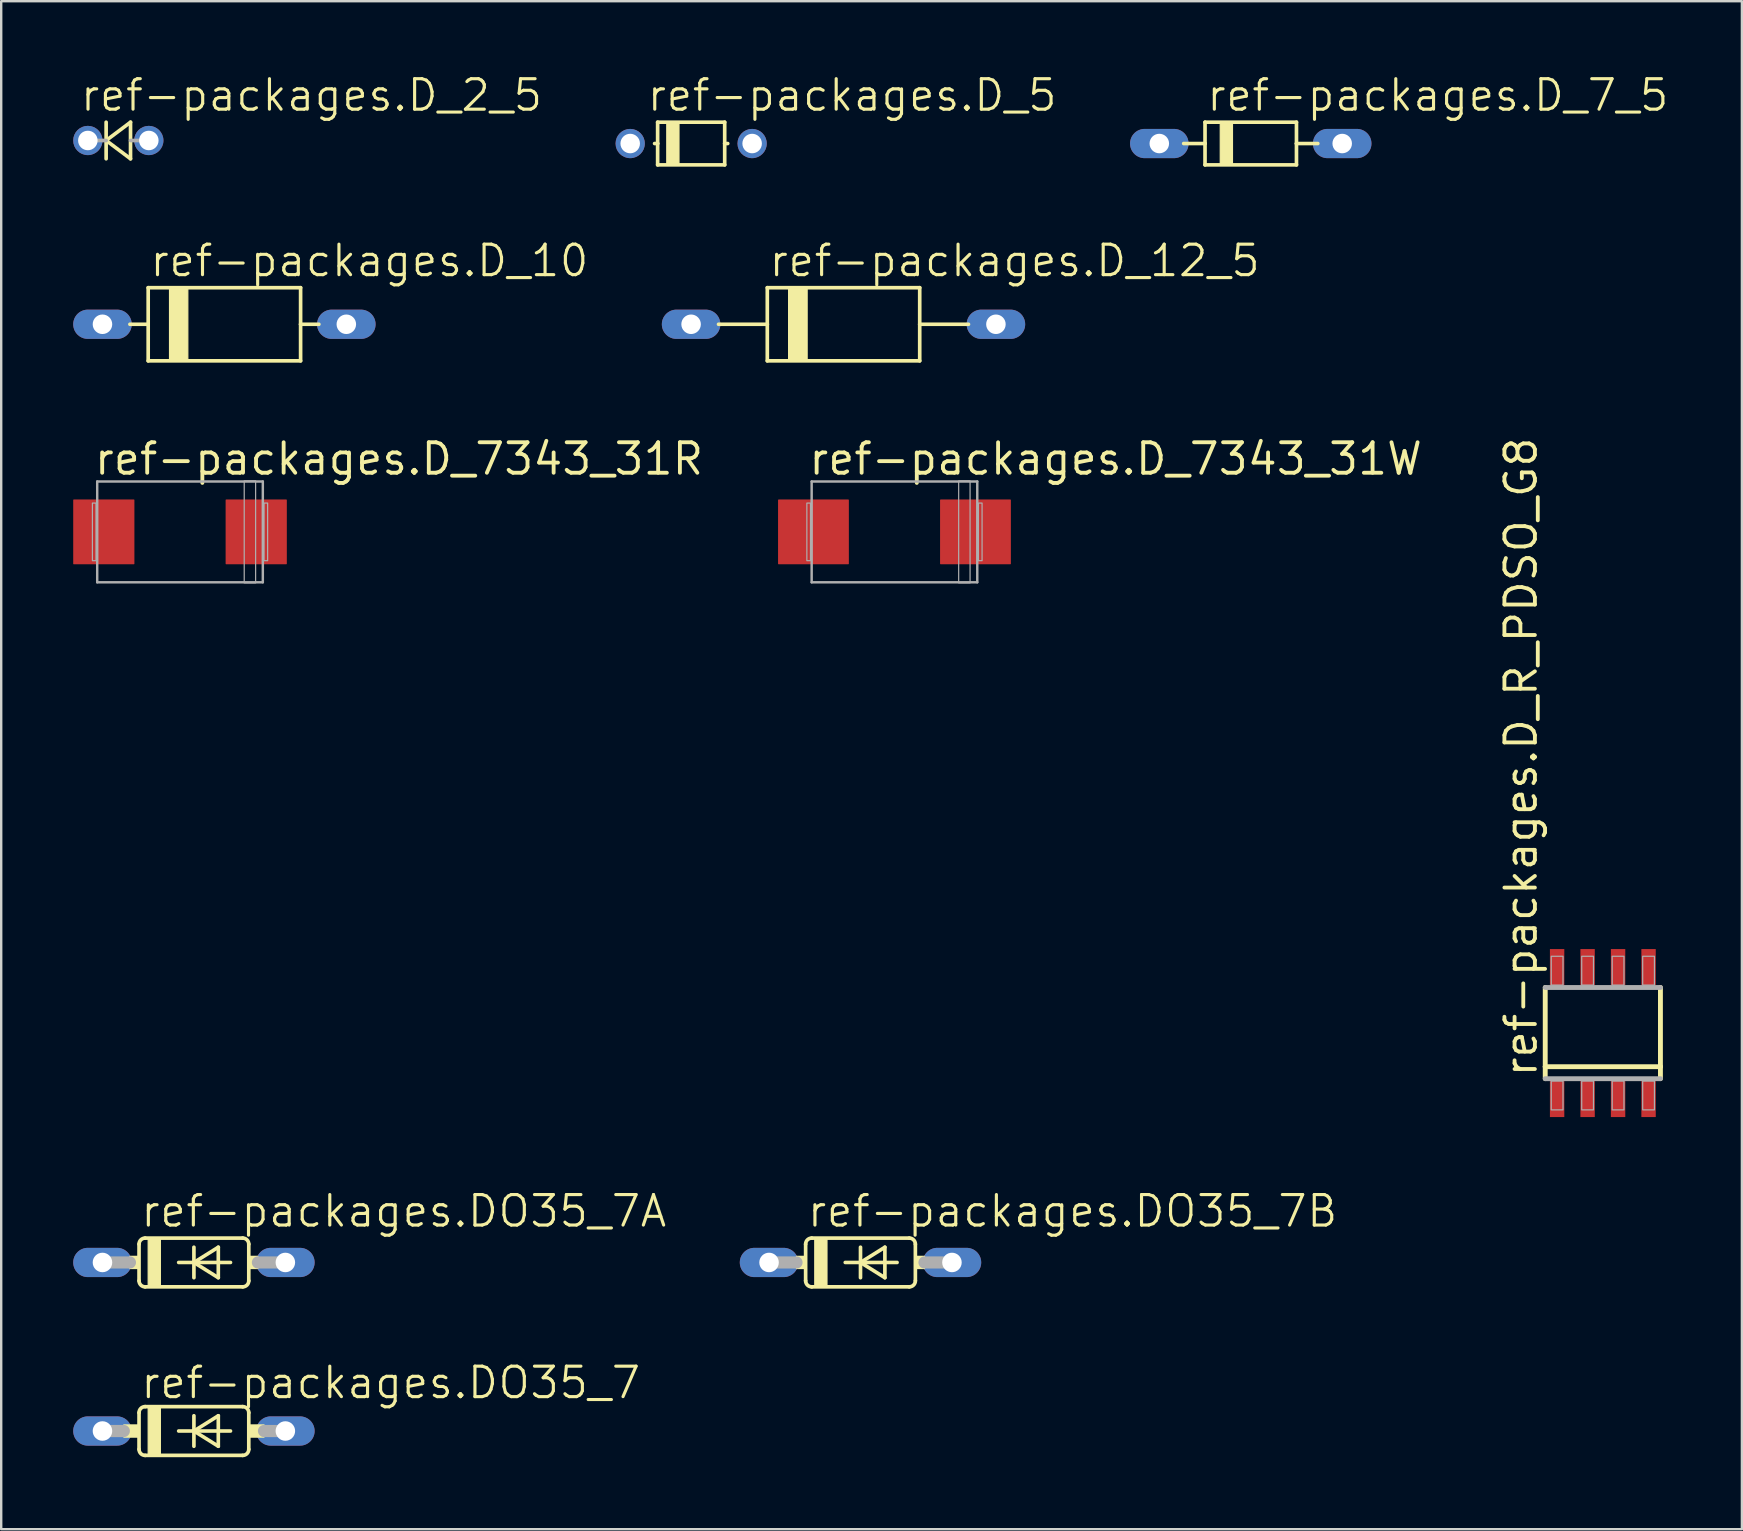
<source format=kicad_pcb>
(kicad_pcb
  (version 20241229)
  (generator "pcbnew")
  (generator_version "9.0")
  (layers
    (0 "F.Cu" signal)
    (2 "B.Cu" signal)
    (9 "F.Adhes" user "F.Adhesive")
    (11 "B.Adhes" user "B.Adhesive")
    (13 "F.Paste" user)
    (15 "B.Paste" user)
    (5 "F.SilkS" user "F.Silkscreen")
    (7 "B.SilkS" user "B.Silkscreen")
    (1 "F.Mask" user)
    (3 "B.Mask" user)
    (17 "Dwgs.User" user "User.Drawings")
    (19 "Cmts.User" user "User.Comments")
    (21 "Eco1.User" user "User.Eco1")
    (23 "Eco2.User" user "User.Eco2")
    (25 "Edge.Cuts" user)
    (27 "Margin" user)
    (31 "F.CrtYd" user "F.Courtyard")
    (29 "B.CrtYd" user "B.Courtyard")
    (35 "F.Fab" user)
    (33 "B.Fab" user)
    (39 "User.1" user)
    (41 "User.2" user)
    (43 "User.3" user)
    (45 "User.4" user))
  (footprint "ref-packages.D_7343_31R"
    (layer "F.Cu")
    (at 4.45 19.11)
    (property "Reference" "ref-packages.D_7343_31R" (at -3.65 -2.3 0) (layer "F.SilkS") (effects (font (size 1.27 1.27) (thickness 0.16)) (justify left bottom)))
    (attr smd)
    (fp_line (start -3.45 -2.1) (end 3.45 -2.1) (stroke (width 0.102) (type default)) (layer "F.Fab"))
    (fp_line (start -3.45 2.1) (end -3.45 -2.1) (stroke (width 0.102) (type default)) (layer "F.Fab"))
    (fp_line (start 3.45 -2.1) (end 3.45 2.1) (stroke (width 0.102) (type default)) (layer "F.Fab"))
    (fp_line (start 3.45 2.1) (end -3.45 2.1) (stroke (width 0.102) (type default)) (layer "F.Fab"))
    (fp_rect (start -3.65 1.2) (end -3.5 -1.2) (stroke (width 0.05) (type default)) (fill no) (layer "F.Fab"))
    (fp_rect (start 2.675 2.125) (end 3.15 -2.125) (stroke (width 0.05) (type default)) (fill no) (layer "F.Fab"))
    (fp_rect (start 3.5 1.2) (end 3.65 -1.2) (stroke (width 0.05) (type default)) (fill no) (layer "F.Fab"))
    (pad "+" smd roundrect (at 3.175 0) (size 2.55 2.7) (layers "F.Cu" "F.Mask" "F.Paste") (roundrect_rratio 0.01))
    (pad "-" smd roundrect (at -3.175 0) (size 2.55 2.7) (layers "F.Cu" "F.Mask" "F.Paste") (roundrect_rratio 0.01)))
  (footprint "ref-packages.D_7343_31W"
    (layer "F.Cu")
    (at 34.216 19.11)
    (property "Reference" "ref-packages.D_7343_31W" (at -3.65 -2.3 0) (layer "F.SilkS") (effects (font (size 1.27 1.27) (thickness 0.16)) (justify left bottom)))
    (attr smd)
    (fp_line (start -3.45 -2.1) (end 3.45 -2.1) (stroke (width 0.102) (type default)) (layer "F.Fab"))
    (fp_line (start -3.45 2.1) (end -3.45 -2.1) (stroke (width 0.102) (type default)) (layer "F.Fab"))
    (fp_line (start 3.45 -2.1) (end 3.45 2.1) (stroke (width 0.102) (type default)) (layer "F.Fab"))
    (fp_line (start 3.45 2.1) (end -3.45 2.1) (stroke (width 0.102) (type default)) (layer "F.Fab"))
    (fp_rect (start -3.65 1.2) (end -3.5 -1.2) (stroke (width 0.05) (type default)) (fill no) (layer "F.Fab"))
    (fp_rect (start 2.675 2.125) (end 3.15 -2.125) (stroke (width 0.05) (type default)) (fill no) (layer "F.Fab"))
    (fp_rect (start 3.5 1.2) (end 3.65 -1.2) (stroke (width 0.05) (type default)) (fill no) (layer "F.Fab"))
    (pad "+" smd roundrect (at 3.375 0) (size 2.95 2.7) (layers "F.Cu" "F.Mask" "F.Paste") (roundrect_rratio 0.01))
    (pad "-" smd roundrect (at -3.375 0) (size 2.95 2.7) (layers "F.Cu" "F.Mask" "F.Paste") (roundrect_rratio 0.01)))
  (footprint "ref-packages.DO35_7"
    (layer "F.Cu")
    (at 5.029 56.57)
    (property "Reference" "ref-packages.DO35_7" (at -2.286 -1.27 0) (layer "F.SilkS") (effects (font (size 1.27 1.27) (thickness 0.13)) (justify left bottom)))
    (attr through_hole)
    (fp_line (start -2.286 -0.762) (end -2.286 0.762) (stroke (width 0.152) (type default)) (layer "F.SilkS"))
    (fp_line (start -2.032 -1.016) (end 2.032 -1.016) (stroke (width 0.152) (type default)) (layer "F.SilkS"))
    (fp_line (start -2.032 1.016) (end 2.032 1.016) (stroke (width 0.152) (type default)) (layer "F.SilkS"))
    (fp_line (start -0.635 0) (end 0 0) (stroke (width 0.152) (type default)) (layer "F.SilkS"))
    (fp_line (start 0 -0.635) (end 0 0) (stroke (width 0.152) (type default)) (layer "F.SilkS"))
    (fp_line (start 0 0) (end 0 0.635) (stroke (width 0.152) (type default)) (layer "F.SilkS"))
    (fp_line (start 0 0) (end 1.016 -0.635) (stroke (width 0.152) (type default)) (layer "F.SilkS"))
    (fp_line (start 0 0) (end 1.524 0) (stroke (width 0.152) (type default)) (layer "F.SilkS"))
    (fp_line (start 1.016 -0.635) (end 1.016 0.635) (stroke (width 0.152) (type default)) (layer "F.SilkS"))
    (fp_line (start 1.016 0.635) (end 0 0) (stroke (width 0.152) (type default)) (layer "F.SilkS"))
    (fp_line (start 2.286 -0.762) (end 2.286 0.762) (stroke (width 0.152) (type default)) (layer "F.SilkS"))
    (fp_rect (start -2.921 0.254) (end -2.286 -0.254) (stroke (width 0.05) (type default)) (fill yes) (layer "F.SilkS"))
    (fp_rect (start -1.905 1.016) (end -1.397 -1.016) (stroke (width 0.05) (type default)) (fill yes) (layer "F.SilkS"))
    (fp_rect (start 2.286 0.254) (end 2.921 -0.254) (stroke (width 0.05) (type default)) (fill yes) (layer "F.SilkS"))
    (fp_arc (start -2.286 -0.762) (mid -2.211605 -0.941605) (end -2.032 -1.016) (stroke (width 0.1524) (type default)) (layer "F.SilkS"))
    (fp_arc (start -2.032 1.016) (mid -2.211605 0.941605) (end -2.286 0.762) (stroke (width 0.1524) (type default)) (layer "F.SilkS"))
    (fp_arc (start 2.032 -1.016) (mid 2.211605 -0.941605) (end 2.286 -0.762) (stroke (width 0.1524) (type default)) (layer "F.SilkS"))
    (fp_arc (start 2.286 0.762) (mid 2.211605 0.941605) (end 2.032 1.016) (stroke (width 0.1524) (type default)) (layer "F.SilkS"))
    (fp_line (start -3.81 0) (end -2.921 0) (stroke (width 0.508) (type default)) (layer "F.Fab"))
    (fp_line (start 3.81 0) (end 2.921 0) (stroke (width 0.508) (type default)) (layer "F.Fab"))
    (pad "A" thru_hole oval (at 3.81 0) (size 2.438 1.219) (drill 0.813) (layers "*.Cu" "*.Mask"))
    (pad "C" thru_hole oval (at -3.81 0) (size 2.438 1.219) (drill 0.813) (layers "*.Cu" "*.Mask")))
  (footprint "ref-packages.DO35_7B"
    (layer "F.Cu")
    (at 32.801 49.548)
    (property "Reference" "ref-packages.DO35_7B" (at -2.286 -1.397 0) (layer "F.SilkS") (effects (font (size 1.27 1.27) (thickness 0.13)) (justify left bottom)))
    (attr through_hole)
    (fp_line (start -2.286 -0.762) (end -2.286 0.762) (stroke (width 0.152) (type default)) (layer "F.SilkS"))
    (fp_line (start -2.032 -1.016) (end 2.032 -1.016) (stroke (width 0.152) (type default)) (layer "F.SilkS"))
    (fp_line (start -2.032 1.016) (end 2.032 1.016) (stroke (width 0.152) (type default)) (layer "F.SilkS"))
    (fp_line (start -0.635 0) (end 0 0) (stroke (width 0.152) (type default)) (layer "F.SilkS"))
    (fp_line (start 0 -0.635) (end 0 0) (stroke (width 0.152) (type default)) (layer "F.SilkS"))
    (fp_line (start 0 0) (end 0 0.635) (stroke (width 0.152) (type default)) (layer "F.SilkS"))
    (fp_line (start 0 0) (end 1.016 -0.635) (stroke (width 0.152) (type default)) (layer "F.SilkS"))
    (fp_line (start 0 0) (end 1.524 0) (stroke (width 0.152) (type default)) (layer "F.SilkS"))
    (fp_line (start 1.016 -0.635) (end 1.016 0.635) (stroke (width 0.152) (type default)) (layer "F.SilkS"))
    (fp_line (start 1.016 0.635) (end 0 0) (stroke (width 0.152) (type default)) (layer "F.SilkS"))
    (fp_line (start 2.286 -0.762) (end 2.286 0.762) (stroke (width 0.152) (type default)) (layer "F.SilkS"))
    (fp_rect (start -2.667 0.254) (end -2.286 -0.254) (stroke (width 0.05) (type default)) (fill yes) (layer "F.SilkS"))
    (fp_rect (start -1.905 1.016) (end -1.397 -1.016) (stroke (width 0.05) (type default)) (fill yes) (layer "F.SilkS"))
    (fp_rect (start 2.286 0.254) (end 2.667 -0.254) (stroke (width 0.05) (type default)) (fill yes) (layer "F.SilkS"))
    (fp_arc (start -2.286 -0.762) (mid -2.211605 -0.941605) (end -2.032 -1.016) (stroke (width 0.1524) (type default)) (layer "F.SilkS"))
    (fp_arc (start -2.032 1.016) (mid -2.211605 0.941605) (end -2.286 0.762) (stroke (width 0.1524) (type default)) (layer "F.SilkS"))
    (fp_arc (start 2.032 -1.016) (mid 2.211605 -0.941605) (end 2.286 -0.762) (stroke (width 0.1524) (type default)) (layer "F.SilkS"))
    (fp_arc (start 2.286 0.762) (mid 2.211605 0.941605) (end 2.032 1.016) (stroke (width 0.1524) (type default)) (layer "F.SilkS"))
    (fp_line (start -3.81 0) (end -2.667 0) (stroke (width 0.508) (type default)) (layer "F.Fab"))
    (fp_line (start 3.81 0) (end 2.667 0) (stroke (width 0.508) (type default)) (layer "F.Fab"))
    (pad "A" thru_hole oval (at 3.81 0) (size 2.438 1.219) (drill 0.813) (layers "*.Cu" "*.Mask"))
    (pad "C" thru_hole oval (at -3.81 0) (size 2.438 1.219) (drill 0.813) (layers "*.Cu" "*.Mask")))
  (footprint "ref-packages.D_7_5"
    (layer "F.Cu")
    (at 49.06 2.93)
    (property "Reference" "ref-packages.D_7_5" (at -1.905 -1.27 0) (layer "F.SilkS") (effects (font (size 1.27 1.27) (thickness 0.13)) (justify left bottom)))
    (attr through_hole)
    (fp_line (start -1.905 -0.889) (end -1.905 0) (stroke (width 0.152) (type default)) (layer "F.SilkS"))
    (fp_line (start -1.905 0) (end -2.794 0) (stroke (width 0.152) (type default)) (layer "F.SilkS"))
    (fp_line (start -1.905 0) (end -1.905 0.889) (stroke (width 0.152) (type default)) (layer "F.SilkS"))
    (fp_line (start -1.905 0.889) (end 1.905 0.889) (stroke (width 0.152) (type default)) (layer "F.SilkS"))
    (fp_line (start 1.905 -0.889) (end -1.905 -0.889) (stroke (width 0.152) (type default)) (layer "F.SilkS"))
    (fp_line (start 1.905 0) (end 1.905 -0.889) (stroke (width 0.152) (type default)) (layer "F.SilkS"))
    (fp_line (start 1.905 0.889) (end 1.905 0) (stroke (width 0.152) (type default)) (layer "F.SilkS"))
    (fp_line (start 2.794 0) (end 1.905 0) (stroke (width 0.152) (type default)) (layer "F.SilkS"))
    (fp_rect (start -1.27 0.889) (end -0.762 -0.889) (stroke (width 0.05) (type default)) (fill yes) (layer "F.SilkS"))
    (pad "A" thru_hole oval (at 3.81 0) (size 2.438 1.219) (drill 0.813) (layers "*.Cu" "*.Mask"))
    (pad "C" thru_hole oval (at -3.81 0) (size 2.438 1.219) (drill 0.813) (layers "*.Cu" "*.Mask")))
  (footprint "ref-packages.D_5"
    (layer "F.Cu")
    (at 25.746 2.93)
    (property "Reference" "ref-packages.D_5" (at -1.905 -1.27 0) (layer "F.SilkS") (effects (font (size 1.27 1.27) (thickness 0.13)) (justify left bottom)))
    (attr through_hole)
    (fp_line (start -1.397 -0.889) (end -1.397 0) (stroke (width 0.152) (type default)) (layer "F.SilkS"))
    (fp_line (start -1.397 0) (end -1.524 0) (stroke (width 0.152) (type default)) (layer "F.SilkS"))
    (fp_line (start -1.397 0) (end -1.397 0.889) (stroke (width 0.152) (type default)) (layer "F.SilkS"))
    (fp_line (start -1.397 0.889) (end 1.397 0.889) (stroke (width 0.152) (type default)) (layer "F.SilkS"))
    (fp_line (start 1.397 -0.889) (end -1.397 -0.889) (stroke (width 0.152) (type default)) (layer "F.SilkS"))
    (fp_line (start 1.397 0) (end 1.397 -0.889) (stroke (width 0.152) (type default)) (layer "F.SilkS"))
    (fp_line (start 1.397 0.889) (end 1.397 0) (stroke (width 0.152) (type default)) (layer "F.SilkS"))
    (fp_line (start 1.524 0) (end 1.397 0) (stroke (width 0.152) (type default)) (layer "F.SilkS"))
    (fp_rect (start -1.016 0.889) (end -0.508 -0.889) (stroke (width 0.05) (type default)) (fill yes) (layer "F.SilkS"))
    (pad "A" thru_hole circle (at 2.54 0) (size 1.219 1.219) (drill 0.813) (layers "*.Cu" "*.Mask"))
    (pad "C" thru_hole circle (at -2.54 0) (size 1.219 1.219) (drill 0.813) (layers "*.Cu" "*.Mask")))
  (footprint "ref-packages.D_R_PDSO_G8"
    (layer "F.Cu")
    (at 63.729 39.991)
    (property "Reference" "ref-packages.D_R_PDSO_G8" (at -2.667 1.905 90) (layer "F.SilkS") (effects (font (size 1.27 1.27) (thickness 0.16)) (justify left bottom)))
    (attr smd)
    (fp_line (start -2.4 1.4) (end -2.4 -1.9) (stroke (width 0.203) (type default)) (layer "F.SilkS"))
    (fp_line (start -2.4 1.9) (end -2.4 1.4) (stroke (width 0.203) (type default)) (layer "F.SilkS"))
    (fp_line (start 2.4 -1.9) (end 2.4 1.4) (stroke (width 0.203) (type default)) (layer "F.SilkS"))
    (fp_line (start 2.4 1.4) (end -2.4 1.4) (stroke (width 0.203) (type default)) (layer "F.SilkS"))
    (fp_line (start 2.4 1.4) (end 2.4 1.9) (stroke (width 0.203) (type default)) (layer "F.SilkS"))
    (fp_line (start -2.4 -1.9) (end 2.4 -1.9) (stroke (width 0.203) (type default)) (layer "F.Fab"))
    (fp_line (start 2.4 1.9) (end -2.4 1.9) (stroke (width 0.203) (type default)) (layer "F.Fab"))
    (fp_rect (start -2.15 -2) (end -1.66 -3.2) (stroke (width 0.05) (type default)) (fill no) (layer "F.Fab"))
    (fp_rect (start -2.15 3.2) (end -1.66 2) (stroke (width 0.05) (type default)) (fill no) (layer "F.Fab"))
    (fp_rect (start -0.88 -2) (end -0.39 -3.2) (stroke (width 0.05) (type default)) (fill no) (layer "F.Fab"))
    (fp_rect (start -0.88 3.2) (end -0.39 2) (stroke (width 0.05) (type default)) (fill no) (layer "F.Fab"))
    (fp_rect (start 0.39 -2) (end 0.88 -3.2) (stroke (width 0.05) (type default)) (fill no) (layer "F.Fab"))
    (fp_rect (start 0.39 3.2) (end 0.88 2) (stroke (width 0.05) (type default)) (fill no) (layer "F.Fab"))
    (fp_rect (start 1.66 -2) (end 2.15 -3.2) (stroke (width 0.05) (type default)) (fill no) (layer "F.Fab"))
    (fp_rect (start 1.66 3.2) (end 2.15 2) (stroke (width 0.05) (type default)) (fill no) (layer "F.Fab"))
    (pad "1" smd roundrect (at -1.905 2.75) (size 0.6 1.5) (layers "F.Cu" "F.Mask" "F.Paste") (roundrect_rratio 0.01))
    (pad "2" smd roundrect (at -0.635 2.75) (size 0.6 1.5) (layers "F.Cu" "F.Mask" "F.Paste") (roundrect_rratio 0.01))
    (pad "3" smd roundrect (at 0.635 2.75) (size 0.6 1.5) (layers "F.Cu" "F.Mask" "F.Paste") (roundrect_rratio 0.01))
    (pad "4" smd roundrect (at 1.905 2.75) (size 0.6 1.5) (layers "F.Cu" "F.Mask" "F.Paste") (roundrect_rratio 0.01))
    (pad "5" smd roundrect (at 1.905 -2.75) (size 0.6 1.5) (layers "F.Cu" "F.Mask" "F.Paste") (roundrect_rratio 0.01))
    (pad "6" smd roundrect (at 0.635 -2.75) (size 0.6 1.5) (layers "F.Cu" "F.Mask" "F.Paste") (roundrect_rratio 0.01))
    (pad "7" smd roundrect (at -0.635 -2.75) (size 0.6 1.5) (layers "F.Cu" "F.Mask" "F.Paste") (roundrect_rratio 0.01))
    (pad "8" smd roundrect (at -1.905 -2.75) (size 0.6 1.5) (layers "F.Cu" "F.Mask" "F.Paste") (roundrect_rratio 0.01)))
  (footprint "ref-packages.D_10"
    (layer "F.Cu")
    (at 6.299 10.46)
    (property "Reference" "ref-packages.D_10" (at -3.175 -1.905 0) (layer "F.SilkS") (effects (font (size 1.27 1.27) (thickness 0.13)) (justify left bottom)))
    (attr through_hole)
    (fp_line (start -3.175 -1.524) (end -3.175 0) (stroke (width 0.152) (type default)) (layer "F.SilkS"))
    (fp_line (start -3.175 0) (end -3.937 0) (stroke (width 0.152) (type default)) (layer "F.SilkS"))
    (fp_line (start -3.175 0) (end -3.175 1.524) (stroke (width 0.152) (type default)) (layer "F.SilkS"))
    (fp_line (start -3.175 1.524) (end 3.175 1.524) (stroke (width 0.152) (type default)) (layer "F.SilkS"))
    (fp_line (start 3.175 -1.524) (end -3.175 -1.524) (stroke (width 0.152) (type default)) (layer "F.SilkS"))
    (fp_line (start 3.175 0) (end 3.175 -1.524) (stroke (width 0.152) (type default)) (layer "F.SilkS"))
    (fp_line (start 3.175 1.524) (end 3.175 0) (stroke (width 0.152) (type default)) (layer "F.SilkS"))
    (fp_line (start 3.937 0) (end 3.175 0) (stroke (width 0.152) (type default)) (layer "F.SilkS"))
    (fp_rect (start -2.286 1.524) (end -1.524 -1.524) (stroke (width 0.05) (type default)) (fill yes) (layer "F.SilkS"))
    (pad "A" thru_hole oval (at 5.08 0) (size 2.438 1.219) (drill 0.813) (layers "*.Cu" "*.Mask"))
    (pad "C" thru_hole oval (at -5.08 0) (size 2.438 1.219) (drill 0.813) (layers "*.Cu" "*.Mask")))
  (footprint "ref-packages.D_2_5"
    (layer "F.Cu")
    (at 1.88 2.803)
    (property "Reference" "ref-packages.D_2_5" (at -1.651 -1.143 0) (layer "F.SilkS") (effects (font (size 1.27 1.27) (thickness 0.13)) (justify left bottom)))
    (attr through_hole)
    (fp_line (start -0.508 -0.762) (end -0.508 0) (stroke (width 0.152) (type default)) (layer "F.SilkS"))
    (fp_line (start -0.508 0) (end -0.508 0.762) (stroke (width 0.152) (type default)) (layer "F.SilkS"))
    (fp_line (start -0.508 0) (end 0.508 0.762) (stroke (width 0.152) (type default)) (layer "F.SilkS"))
    (fp_line (start 0.508 -0.762) (end -0.508 0) (stroke (width 0.152) (type default)) (layer "F.SilkS"))
    (fp_line (start 0.508 0.762) (end 0.508 -0.762) (stroke (width 0.152) (type default)) (layer "F.SilkS"))
    (fp_line (start -0.508 0) (end -1.27 0) (stroke (width 0.152) (type default)) (layer "F.Fab"))
    (fp_line (start 1.27 0) (end 0.508 0) (stroke (width 0.152) (type default)) (layer "F.Fab"))
    (pad "A" thru_hole circle (at 1.27 0) (size 1.219 1.219) (drill 0.813) (layers "*.Cu" "*.Mask"))
    (pad "C" thru_hole circle (at -1.27 0) (size 1.219 1.219) (drill 0.813) (layers "*.Cu" "*.Mask")))
  (footprint "ref-packages.D_12_5"
    (layer "F.Cu")
    (at 32.093 10.46)
    (property "Reference" "ref-packages.D_12_5" (at -3.175 -1.905 0) (layer "F.SilkS") (effects (font (size 1.27 1.27) (thickness 0.13)) (justify left bottom)))
    (attr through_hole)
    (fp_line (start -3.175 -1.524) (end -3.175 0) (stroke (width 0.152) (type default)) (layer "F.SilkS"))
    (fp_line (start -3.175 0) (end -5.207 0) (stroke (width 0.152) (type default)) (layer "F.SilkS"))
    (fp_line (start -3.175 0) (end -3.175 1.524) (stroke (width 0.152) (type default)) (layer "F.SilkS"))
    (fp_line (start -3.175 1.524) (end 3.175 1.524) (stroke (width 0.152) (type default)) (layer "F.SilkS"))
    (fp_line (start 3.175 -1.524) (end -3.175 -1.524) (stroke (width 0.152) (type default)) (layer "F.SilkS"))
    (fp_line (start 3.175 0) (end 3.175 -1.524) (stroke (width 0.152) (type default)) (layer "F.SilkS"))
    (fp_line (start 3.175 1.524) (end 3.175 0) (stroke (width 0.152) (type default)) (layer "F.SilkS"))
    (fp_line (start 5.207 0) (end 3.175 0) (stroke (width 0.152) (type default)) (layer "F.SilkS"))
    (fp_rect (start -2.286 1.524) (end -1.524 -1.524) (stroke (width 0.05) (type default)) (fill yes) (layer "F.SilkS"))
    (fp_rect (start -2.286 1.524) (end -1.524 -1.524) (stroke (width 0.05) (type default)) (fill yes) (layer "F.SilkS"))
    (pad "A" thru_hole oval (at 6.35 0) (size 2.438 1.219) (drill 0.813) (layers "*.Cu" "*.Mask"))
    (pad "C" thru_hole oval (at -6.35 0) (size 2.438 1.219) (drill 0.813) (layers "*.Cu" "*.Mask")))
  (footprint "ref-packages.DO35_7A"
    (layer "F.Cu")
    (at 5.029 49.548)
    (property "Reference" "ref-packages.DO35_7A" (at -2.286 -1.397 0) (layer "F.SilkS") (effects (font (size 1.27 1.27) (thickness 0.13)) (justify left bottom)))
    (attr through_hole)
    (fp_line (start -2.286 -0.762) (end -2.286 0.762) (stroke (width 0.152) (type default)) (layer "F.SilkS"))
    (fp_line (start -2.032 -1.016) (end 2.032 -1.016) (stroke (width 0.152) (type default)) (layer "F.SilkS"))
    (fp_line (start -2.032 1.016) (end 2.032 1.016) (stroke (width 0.152) (type default)) (layer "F.SilkS"))
    (fp_line (start -0.635 0) (end 0 0) (stroke (width 0.152) (type default)) (layer "F.SilkS"))
    (fp_line (start 0 -0.635) (end 0 0) (stroke (width 0.152) (type default)) (layer "F.SilkS"))
    (fp_line (start 0 0) (end 0 0.635) (stroke (width 0.152) (type default)) (layer "F.SilkS"))
    (fp_line (start 0 0) (end 1.016 -0.635) (stroke (width 0.152) (type default)) (layer "F.SilkS"))
    (fp_line (start 0 0) (end 1.524 0) (stroke (width 0.152) (type default)) (layer "F.SilkS"))
    (fp_line (start 1.016 -0.635) (end 1.016 0.635) (stroke (width 0.152) (type default)) (layer "F.SilkS"))
    (fp_line (start 1.016 0.635) (end 0 0) (stroke (width 0.152) (type default)) (layer "F.SilkS"))
    (fp_line (start 2.286 -0.762) (end 2.286 0.762) (stroke (width 0.152) (type default)) (layer "F.SilkS"))
    (fp_rect (start -2.667 0.254) (end -2.286 -0.254) (stroke (width 0.05) (type default)) (fill yes) (layer "F.SilkS"))
    (fp_rect (start -1.905 1.016) (end -1.397 -1.016) (stroke (width 0.05) (type default)) (fill yes) (layer "F.SilkS"))
    (fp_rect (start 2.286 0.254) (end 2.667 -0.254) (stroke (width 0.05) (type default)) (fill yes) (layer "F.SilkS"))
    (fp_arc (start -2.286 -0.762) (mid -2.211605 -0.941605) (end -2.032 -1.016) (stroke (width 0.1524) (type default)) (layer "F.SilkS"))
    (fp_arc (start -2.032 1.016) (mid -2.211605 0.941605) (end -2.286 0.762) (stroke (width 0.1524) (type default)) (layer "F.SilkS"))
    (fp_arc (start 2.032 -1.016) (mid 2.211605 -0.941605) (end 2.286 -0.762) (stroke (width 0.1524) (type default)) (layer "F.SilkS"))
    (fp_arc (start 2.286 0.762) (mid 2.211605 0.941605) (end 2.032 1.016) (stroke (width 0.1524) (type default)) (layer "F.SilkS"))
    (fp_line (start -3.81 0) (end -2.667 0) (stroke (width 0.508) (type default)) (layer "F.Fab"))
    (fp_line (start 3.81 0) (end 2.667 0) (stroke (width 0.508) (type default)) (layer "F.Fab"))
    (pad "A" thru_hole oval (at 3.81 0) (size 2.438 1.219) (drill 0.813) (layers "*.Cu" "*.Mask"))
    (pad "C" thru_hole oval (at -3.81 0) (size 2.438 1.219) (drill 0.813) (layers "*.Cu" "*.Mask")))
  (gr_rect
    (start -3 -3)
    (end 69.523 60.662)
    (stroke (width 0.1) (type default))
    (fill no)
    (layer "Edge.Cuts")))
</source>
